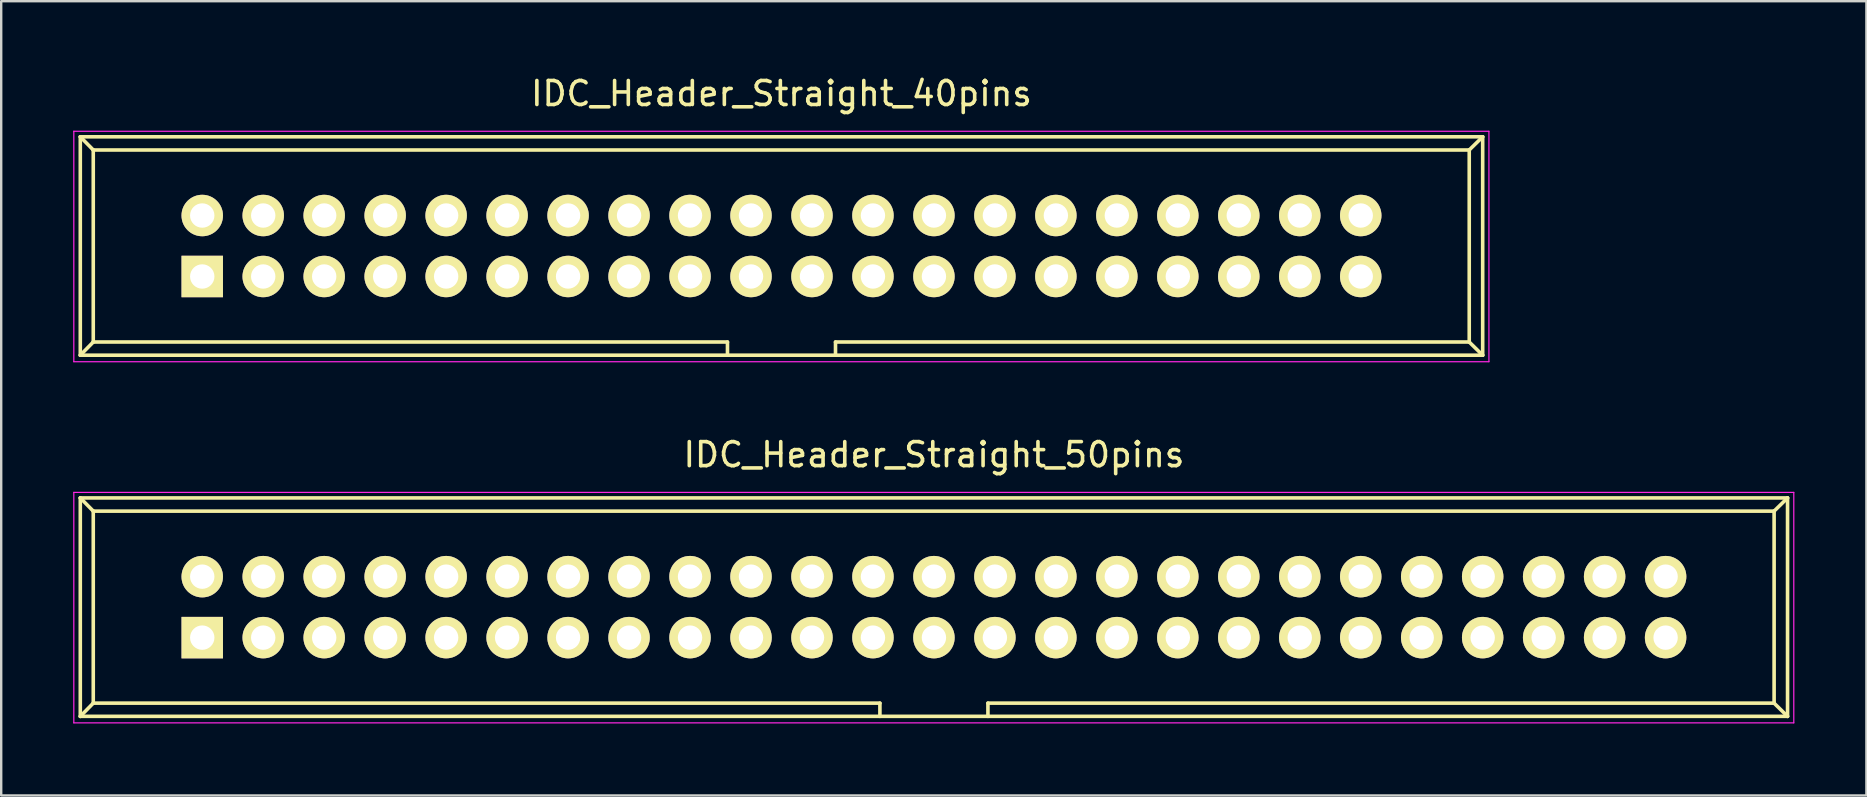
<source format=kicad_pcb>
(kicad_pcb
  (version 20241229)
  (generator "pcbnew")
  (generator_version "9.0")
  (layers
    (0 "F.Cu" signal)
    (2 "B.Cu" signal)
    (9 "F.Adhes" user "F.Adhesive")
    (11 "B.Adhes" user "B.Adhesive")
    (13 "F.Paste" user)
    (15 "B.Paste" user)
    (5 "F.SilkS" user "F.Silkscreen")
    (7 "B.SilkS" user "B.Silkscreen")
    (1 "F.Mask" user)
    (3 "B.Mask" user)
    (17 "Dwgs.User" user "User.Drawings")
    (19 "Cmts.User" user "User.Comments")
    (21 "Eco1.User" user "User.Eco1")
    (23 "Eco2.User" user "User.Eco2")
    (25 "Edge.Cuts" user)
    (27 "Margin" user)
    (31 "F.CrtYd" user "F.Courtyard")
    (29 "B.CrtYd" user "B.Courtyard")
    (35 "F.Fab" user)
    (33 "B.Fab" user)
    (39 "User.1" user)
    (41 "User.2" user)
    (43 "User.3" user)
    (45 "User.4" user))
  (footprint "IDC_Header_Straight_50pins"
    (layer "F.Cu")
    (at 5.375 23.512)
    (property "Reference" "IDC_Header_Straight_50pins" (at 30.48 -7.62 0) (layer "F.SilkS") (effects (font (size 1 1) (thickness 0.15))))
    (attr through_hole)
    (fp_line (start -5.08 -5.82) (end -5.08 3.28) (stroke (width 0.15) (type solid)) (layer "F.SilkS"))
    (fp_line (start -5.08 -5.82) (end -4.54 -5.27) (stroke (width 0.15) (type solid)) (layer "F.SilkS"))
    (fp_line (start -5.08 -5.82) (end 66.04 -5.82) (stroke (width 0.15) (type solid)) (layer "F.SilkS"))
    (fp_line (start -5.08 3.28) (end -4.54 2.73) (stroke (width 0.15) (type solid)) (layer "F.SilkS"))
    (fp_line (start -5.08 3.28) (end 66.04 3.28) (stroke (width 0.15) (type solid)) (layer "F.SilkS"))
    (fp_line (start -4.54 -5.27) (end -4.54 2.73) (stroke (width 0.15) (type solid)) (layer "F.SilkS"))
    (fp_line (start -4.54 -5.27) (end 65.48 -5.27) (stroke (width 0.15) (type solid)) (layer "F.SilkS"))
    (fp_line (start -4.54 2.73) (end 28.23 2.73) (stroke (width 0.15) (type solid)) (layer "F.SilkS"))
    (fp_line (start 28.23 2.73) (end 28.23 3.28) (stroke (width 0.15) (type solid)) (layer "F.SilkS"))
    (fp_line (start 32.73 2.73) (end 32.73 3.28) (stroke (width 0.15) (type solid)) (layer "F.SilkS"))
    (fp_line (start 32.73 2.73) (end 65.48 2.73) (stroke (width 0.15) (type solid)) (layer "F.SilkS"))
    (fp_line (start 65.48 -5.27) (end 65.48 2.73) (stroke (width 0.15) (type solid)) (layer "F.SilkS"))
    (fp_line (start 66.04 -5.82) (end 65.48 -5.27) (stroke (width 0.15) (type solid)) (layer "F.SilkS"))
    (fp_line (start 66.04 -5.82) (end 66.04 3.28) (stroke (width 0.15) (type solid)) (layer "F.SilkS"))
    (fp_line (start 66.04 3.28) (end 65.48 2.73) (stroke (width 0.15) (type solid)) (layer "F.SilkS"))
    (fp_line (start -5.35 -6.05) (end 66.3 -6.05) (stroke (width 0.05) (type solid)) (layer "F.CrtYd"))
    (fp_line (start -5.35 3.55) (end -5.35 -6.05) (stroke (width 0.05) (type solid)) (layer "F.CrtYd"))
    (fp_line (start 66.3 -6.05) (end 66.3 3.55) (stroke (width 0.05) (type solid)) (layer "F.CrtYd"))
    (fp_line (start 66.3 3.55) (end -5.35 3.55) (stroke (width 0.05) (type solid)) (layer "F.CrtYd"))
    (pad "1" thru_hole rect (at 0 0) (size 1.727 1.727) (drill 1.016) (layers "*.Cu" "*.Mask" "F.SilkS"))
    (pad "2" thru_hole oval (at 0 -2.54) (size 1.727 1.727) (drill 1.016) (layers "*.Cu" "*.Mask" "F.SilkS"))
    (pad "3" thru_hole oval (at 2.54 0) (size 1.727 1.727) (drill 1.016) (layers "*.Cu" "*.Mask" "F.SilkS"))
    (pad "4" thru_hole oval (at 2.54 -2.54) (size 1.727 1.727) (drill 1.016) (layers "*.Cu" "*.Mask" "F.SilkS"))
    (pad "5" thru_hole oval (at 5.08 0) (size 1.727 1.727) (drill 1.016) (layers "*.Cu" "*.Mask" "F.SilkS"))
    (pad "6" thru_hole oval (at 5.08 -2.54) (size 1.727 1.727) (drill 1.016) (layers "*.Cu" "*.Mask" "F.SilkS"))
    (pad "7" thru_hole oval (at 7.62 0) (size 1.727 1.727) (drill 1.016) (layers "*.Cu" "*.Mask" "F.SilkS"))
    (pad "8" thru_hole oval (at 7.62 -2.54) (size 1.727 1.727) (drill 1.016) (layers "*.Cu" "*.Mask" "F.SilkS"))
    (pad "9" thru_hole oval (at 10.16 0) (size 1.727 1.727) (drill 1.016) (layers "*.Cu" "*.Mask" "F.SilkS"))
    (pad "10" thru_hole oval (at 10.16 -2.54) (size 1.727 1.727) (drill 1.016) (layers "*.Cu" "*.Mask" "F.SilkS"))
    (pad "11" thru_hole oval (at 12.7 0) (size 1.727 1.727) (drill 1.016) (layers "*.Cu" "*.Mask" "F.SilkS"))
    (pad "12" thru_hole oval (at 12.7 -2.54) (size 1.727 1.727) (drill 1.016) (layers "*.Cu" "*.Mask" "F.SilkS"))
    (pad "13" thru_hole oval (at 15.24 0) (size 1.727 1.727) (drill 1.016) (layers "*.Cu" "*.Mask" "F.SilkS"))
    (pad "14" thru_hole oval (at 15.24 -2.54) (size 1.727 1.727) (drill 1.016) (layers "*.Cu" "*.Mask" "F.SilkS"))
    (pad "15" thru_hole oval (at 17.78 0) (size 1.727 1.727) (drill 1.016) (layers "*.Cu" "*.Mask" "F.SilkS"))
    (pad "16" thru_hole oval (at 17.78 -2.54) (size 1.727 1.727) (drill 1.016) (layers "*.Cu" "*.Mask" "F.SilkS"))
    (pad "17" thru_hole oval (at 20.32 0) (size 1.727 1.727) (drill 1.016) (layers "*.Cu" "*.Mask" "F.SilkS"))
    (pad "18" thru_hole oval (at 20.32 -2.54) (size 1.727 1.727) (drill 1.016) (layers "*.Cu" "*.Mask" "F.SilkS"))
    (pad "19" thru_hole oval (at 22.86 0) (size 1.727 1.727) (drill 1.016) (layers "*.Cu" "*.Mask" "F.SilkS"))
    (pad "20" thru_hole oval (at 22.86 -2.54) (size 1.727 1.727) (drill 1.016) (layers "*.Cu" "*.Mask" "F.SilkS"))
    (pad "21" thru_hole oval (at 25.4 0) (size 1.727 1.727) (drill 1.016) (layers "*.Cu" "*.Mask" "F.SilkS"))
    (pad "22" thru_hole oval (at 25.4 -2.54) (size 1.727 1.727) (drill 1.016) (layers "*.Cu" "*.Mask" "F.SilkS"))
    (pad "23" thru_hole oval (at 27.94 0) (size 1.727 1.727) (drill 1.016) (layers "*.Cu" "*.Mask" "F.SilkS"))
    (pad "24" thru_hole oval (at 27.94 -2.54) (size 1.727 1.727) (drill 1.016) (layers "*.Cu" "*.Mask" "F.SilkS"))
    (pad "25" thru_hole oval (at 30.48 0) (size 1.727 1.727) (drill 1.016) (layers "*.Cu" "*.Mask" "F.SilkS"))
    (pad "26" thru_hole oval (at 30.48 -2.54) (size 1.727 1.727) (drill 1.016) (layers "*.Cu" "*.Mask" "F.SilkS"))
    (pad "27" thru_hole oval (at 33.02 0) (size 1.727 1.727) (drill 1.016) (layers "*.Cu" "*.Mask" "F.SilkS"))
    (pad "28" thru_hole oval (at 33.02 -2.54) (size 1.727 1.727) (drill 1.016) (layers "*.Cu" "*.Mask" "F.SilkS"))
    (pad "29" thru_hole oval (at 35.56 0) (size 1.727 1.727) (drill 1.016) (layers "*.Cu" "*.Mask" "F.SilkS"))
    (pad "30" thru_hole oval (at 35.56 -2.54) (size 1.727 1.727) (drill 1.016) (layers "*.Cu" "*.Mask" "F.SilkS"))
    (pad "31" thru_hole oval (at 38.1 0) (size 1.727 1.727) (drill 1.016) (layers "*.Cu" "*.Mask" "F.SilkS"))
    (pad "32" thru_hole oval (at 38.1 -2.54) (size 1.727 1.727) (drill 1.016) (layers "*.Cu" "*.Mask" "F.SilkS"))
    (pad "33" thru_hole oval (at 40.64 0) (size 1.727 1.727) (drill 1.016) (layers "*.Cu" "*.Mask" "F.SilkS"))
    (pad "34" thru_hole oval (at 40.64 -2.54) (size 1.727 1.727) (drill 1.016) (layers "*.Cu" "*.Mask" "F.SilkS"))
    (pad "35" thru_hole oval (at 43.18 0) (size 1.727 1.727) (drill 1.016) (layers "*.Cu" "*.Mask" "F.SilkS"))
    (pad "36" thru_hole oval (at 43.18 -2.54) (size 1.727 1.727) (drill 1.016) (layers "*.Cu" "*.Mask" "F.SilkS"))
    (pad "37" thru_hole oval (at 45.72 0) (size 1.727 1.727) (drill 1.016) (layers "*.Cu" "*.Mask" "F.SilkS"))
    (pad "38" thru_hole oval (at 45.72 -2.54) (size 1.727 1.727) (drill 1.016) (layers "*.Cu" "*.Mask" "F.SilkS"))
    (pad "39" thru_hole oval (at 48.26 0) (size 1.727 1.727) (drill 1.016) (layers "*.Cu" "*.Mask" "F.SilkS"))
    (pad "40" thru_hole oval (at 48.26 -2.54) (size 1.727 1.727) (drill 1.016) (layers "*.Cu" "*.Mask" "F.SilkS"))
    (pad "41" thru_hole oval (at 50.8 0) (size 1.727 1.727) (drill 1.016) (layers "*.Cu" "*.Mask" "F.SilkS"))
    (pad "42" thru_hole oval (at 50.8 -2.54) (size 1.727 1.727) (drill 1.016) (layers "*.Cu" "*.Mask" "F.SilkS"))
    (pad "43" thru_hole oval (at 53.34 0) (size 1.727 1.727) (drill 1.016) (layers "*.Cu" "*.Mask" "F.SilkS"))
    (pad "44" thru_hole oval (at 53.34 -2.54) (size 1.727 1.727) (drill 1.016) (layers "*.Cu" "*.Mask" "F.SilkS"))
    (pad "45" thru_hole oval (at 55.88 0) (size 1.727 1.727) (drill 1.016) (layers "*.Cu" "*.Mask" "F.SilkS"))
    (pad "46" thru_hole oval (at 55.88 -2.54) (size 1.727 1.727) (drill 1.016) (layers "*.Cu" "*.Mask" "F.SilkS"))
    (pad "47" thru_hole oval (at 58.42 0) (size 1.727 1.727) (drill 1.016) (layers "*.Cu" "*.Mask" "F.SilkS"))
    (pad "48" thru_hole oval (at 58.42 -2.54) (size 1.727 1.727) (drill 1.016) (layers "*.Cu" "*.Mask" "F.SilkS"))
    (pad "49" thru_hole oval (at 60.96 0) (size 1.727 1.727) (drill 1.016) (layers "*.Cu" "*.Mask" "F.SilkS"))
    (pad "50" thru_hole oval (at 60.96 -2.54) (size 1.727 1.727) (drill 1.016) (layers "*.Cu" "*.Mask" "F.SilkS")))
  (footprint "IDC_Header_Straight_40pins"
    (layer "F.Cu")
    (at 5.375 8.468)
    (property "Reference" "IDC_Header_Straight_40pins" (at 24.13 -7.62 0) (layer "F.SilkS") (effects (font (size 1 1) (thickness 0.15))))
    (attr through_hole)
    (fp_line (start -5.08 -5.82) (end -5.08 3.28) (stroke (width 0.15) (type solid)) (layer "F.SilkS"))
    (fp_line (start -5.08 -5.82) (end -4.54 -5.27) (stroke (width 0.15) (type solid)) (layer "F.SilkS"))
    (fp_line (start -5.08 -5.82) (end 53.34 -5.82) (stroke (width 0.15) (type solid)) (layer "F.SilkS"))
    (fp_line (start -5.08 3.28) (end -4.54 2.73) (stroke (width 0.15) (type solid)) (layer "F.SilkS"))
    (fp_line (start -5.08 3.28) (end 53.34 3.28) (stroke (width 0.15) (type solid)) (layer "F.SilkS"))
    (fp_line (start -4.54 -5.27) (end -4.54 2.73) (stroke (width 0.15) (type solid)) (layer "F.SilkS"))
    (fp_line (start -4.54 -5.27) (end 52.78 -5.27) (stroke (width 0.15) (type solid)) (layer "F.SilkS"))
    (fp_line (start -4.54 2.73) (end 21.88 2.73) (stroke (width 0.15) (type solid)) (layer "F.SilkS"))
    (fp_line (start 21.88 2.73) (end 21.88 3.28) (stroke (width 0.15) (type solid)) (layer "F.SilkS"))
    (fp_line (start 26.38 2.73) (end 26.38 3.28) (stroke (width 0.15) (type solid)) (layer "F.SilkS"))
    (fp_line (start 26.38 2.73) (end 52.78 2.73) (stroke (width 0.15) (type solid)) (layer "F.SilkS"))
    (fp_line (start 52.78 -5.27) (end 52.78 2.73) (stroke (width 0.15) (type solid)) (layer "F.SilkS"))
    (fp_line (start 53.34 -5.82) (end 52.78 -5.27) (stroke (width 0.15) (type solid)) (layer "F.SilkS"))
    (fp_line (start 53.34 -5.82) (end 53.34 3.28) (stroke (width 0.15) (type solid)) (layer "F.SilkS"))
    (fp_line (start 53.34 3.28) (end 52.78 2.73) (stroke (width 0.15) (type solid)) (layer "F.SilkS"))
    (fp_line (start -5.35 -6.05) (end 53.6 -6.05) (stroke (width 0.05) (type solid)) (layer "F.CrtYd"))
    (fp_line (start -5.35 3.55) (end -5.35 -6.05) (stroke (width 0.05) (type solid)) (layer "F.CrtYd"))
    (fp_line (start 53.6 -6.05) (end 53.6 3.55) (stroke (width 0.05) (type solid)) (layer "F.CrtYd"))
    (fp_line (start 53.6 3.55) (end -5.35 3.55) (stroke (width 0.05) (type solid)) (layer "F.CrtYd"))
    (pad "1" thru_hole rect (at 0 0) (size 1.727 1.727) (drill 1.016) (layers "*.Cu" "*.Mask" "F.SilkS"))
    (pad "2" thru_hole oval (at 0 -2.54) (size 1.727 1.727) (drill 1.016) (layers "*.Cu" "*.Mask" "F.SilkS"))
    (pad "3" thru_hole oval (at 2.54 0) (size 1.727 1.727) (drill 1.016) (layers "*.Cu" "*.Mask" "F.SilkS"))
    (pad "4" thru_hole oval (at 2.54 -2.54) (size 1.727 1.727) (drill 1.016) (layers "*.Cu" "*.Mask" "F.SilkS"))
    (pad "5" thru_hole oval (at 5.08 0) (size 1.727 1.727) (drill 1.016) (layers "*.Cu" "*.Mask" "F.SilkS"))
    (pad "6" thru_hole oval (at 5.08 -2.54) (size 1.727 1.727) (drill 1.016) (layers "*.Cu" "*.Mask" "F.SilkS"))
    (pad "7" thru_hole oval (at 7.62 0) (size 1.727 1.727) (drill 1.016) (layers "*.Cu" "*.Mask" "F.SilkS"))
    (pad "8" thru_hole oval (at 7.62 -2.54) (size 1.727 1.727) (drill 1.016) (layers "*.Cu" "*.Mask" "F.SilkS"))
    (pad "9" thru_hole oval (at 10.16 0) (size 1.727 1.727) (drill 1.016) (layers "*.Cu" "*.Mask" "F.SilkS"))
    (pad "10" thru_hole oval (at 10.16 -2.54) (size 1.727 1.727) (drill 1.016) (layers "*.Cu" "*.Mask" "F.SilkS"))
    (pad "11" thru_hole oval (at 12.7 0) (size 1.727 1.727) (drill 1.016) (layers "*.Cu" "*.Mask" "F.SilkS"))
    (pad "12" thru_hole oval (at 12.7 -2.54) (size 1.727 1.727) (drill 1.016) (layers "*.Cu" "*.Mask" "F.SilkS"))
    (pad "13" thru_hole oval (at 15.24 0) (size 1.727 1.727) (drill 1.016) (layers "*.Cu" "*.Mask" "F.SilkS"))
    (pad "14" thru_hole oval (at 15.24 -2.54) (size 1.727 1.727) (drill 1.016) (layers "*.Cu" "*.Mask" "F.SilkS"))
    (pad "15" thru_hole oval (at 17.78 0) (size 1.727 1.727) (drill 1.016) (layers "*.Cu" "*.Mask" "F.SilkS"))
    (pad "16" thru_hole oval (at 17.78 -2.54) (size 1.727 1.727) (drill 1.016) (layers "*.Cu" "*.Mask" "F.SilkS"))
    (pad "17" thru_hole oval (at 20.32 0) (size 1.727 1.727) (drill 1.016) (layers "*.Cu" "*.Mask" "F.SilkS"))
    (pad "18" thru_hole oval (at 20.32 -2.54) (size 1.727 1.727) (drill 1.016) (layers "*.Cu" "*.Mask" "F.SilkS"))
    (pad "19" thru_hole oval (at 22.86 0) (size 1.727 1.727) (drill 1.016) (layers "*.Cu" "*.Mask" "F.SilkS"))
    (pad "20" thru_hole oval (at 22.86 -2.54) (size 1.727 1.727) (drill 1.016) (layers "*.Cu" "*.Mask" "F.SilkS"))
    (pad "21" thru_hole oval (at 25.4 0) (size 1.727 1.727) (drill 1.016) (layers "*.Cu" "*.Mask" "F.SilkS"))
    (pad "22" thru_hole oval (at 25.4 -2.54) (size 1.727 1.727) (drill 1.016) (layers "*.Cu" "*.Mask" "F.SilkS"))
    (pad "23" thru_hole oval (at 27.94 0) (size 1.727 1.727) (drill 1.016) (layers "*.Cu" "*.Mask" "F.SilkS"))
    (pad "24" thru_hole oval (at 27.94 -2.54) (size 1.727 1.727) (drill 1.016) (layers "*.Cu" "*.Mask" "F.SilkS"))
    (pad "25" thru_hole oval (at 30.48 0) (size 1.727 1.727) (drill 1.016) (layers "*.Cu" "*.Mask" "F.SilkS"))
    (pad "26" thru_hole oval (at 30.48 -2.54) (size 1.727 1.727) (drill 1.016) (layers "*.Cu" "*.Mask" "F.SilkS"))
    (pad "27" thru_hole oval (at 33.02 0) (size 1.727 1.727) (drill 1.016) (layers "*.Cu" "*.Mask" "F.SilkS"))
    (pad "28" thru_hole oval (at 33.02 -2.54) (size 1.727 1.727) (drill 1.016) (layers "*.Cu" "*.Mask" "F.SilkS"))
    (pad "29" thru_hole oval (at 35.56 0) (size 1.727 1.727) (drill 1.016) (layers "*.Cu" "*.Mask" "F.SilkS"))
    (pad "30" thru_hole oval (at 35.56 -2.54) (size 1.727 1.727) (drill 1.016) (layers "*.Cu" "*.Mask" "F.SilkS"))
    (pad "31" thru_hole oval (at 38.1 0) (size 1.727 1.727) (drill 1.016) (layers "*.Cu" "*.Mask" "F.SilkS"))
    (pad "32" thru_hole oval (at 38.1 -2.54) (size 1.727 1.727) (drill 1.016) (layers "*.Cu" "*.Mask" "F.SilkS"))
    (pad "33" thru_hole oval (at 40.64 0) (size 1.727 1.727) (drill 1.016) (layers "*.Cu" "*.Mask" "F.SilkS"))
    (pad "34" thru_hole oval (at 40.64 -2.54) (size 1.727 1.727) (drill 1.016) (layers "*.Cu" "*.Mask" "F.SilkS"))
    (pad "35" thru_hole oval (at 43.18 0) (size 1.727 1.727) (drill 1.016) (layers "*.Cu" "*.Mask" "F.SilkS"))
    (pad "36" thru_hole oval (at 43.18 -2.54) (size 1.727 1.727) (drill 1.016) (layers "*.Cu" "*.Mask" "F.SilkS"))
    (pad "37" thru_hole oval (at 45.72 0) (size 1.727 1.727) (drill 1.016) (layers "*.Cu" "*.Mask" "F.SilkS"))
    (pad "38" thru_hole oval (at 45.72 -2.54) (size 1.727 1.727) (drill 1.016) (layers "*.Cu" "*.Mask" "F.SilkS"))
    (pad "39" thru_hole oval (at 48.26 0) (size 1.727 1.727) (drill 1.016) (layers "*.Cu" "*.Mask" "F.SilkS"))
    (pad "40" thru_hole oval (at 48.26 -2.54) (size 1.727 1.727) (drill 1.016) (layers "*.Cu" "*.Mask" "F.SilkS")))
  (gr_rect
    (start -3 -3)
    (end 74.7 30.087)
    (stroke (width 0.1) (type default))
    (fill no)
    (layer "Edge.Cuts")))
</source>
